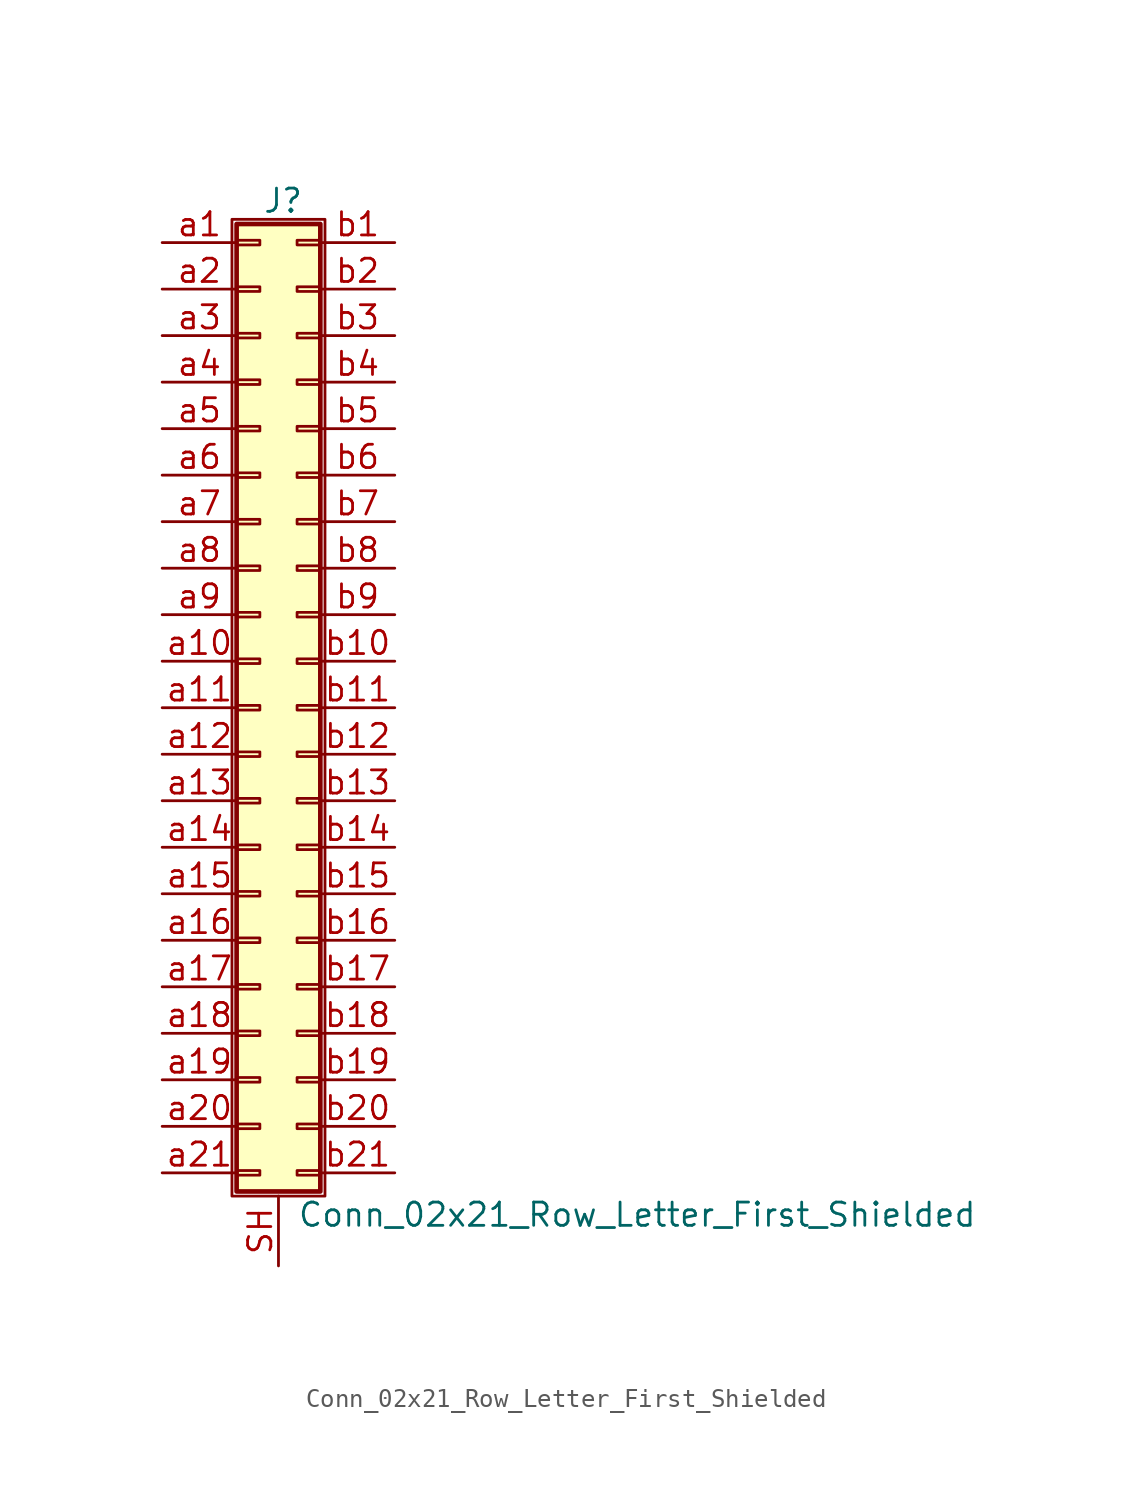
<source format=kicad_sym>
(kicad_symbol_lib
  (version 20201005)
  (generator kicad_symbol_editor)
  (symbol "Conn_02x21_Row_Letter_First_Shielded"
    (pin_names
      (offset 1.016) hide)
    (property "Reference" "J"
      (at 1.524 27.686 0)
      (effects (font (size 1.27 1.27))))
    (property "Value" "Conn_02x21_Row_Letter_First_Shielded"
      (at 2.286 -27.686 0)
      (effects (font (size 1.27 1.27)) (justify left)))
    (symbol "Conn_02x21_Row_Letter_First_Shielded_1_1"
      (rectangle (start -1.27 26.67) (end 3.81 -26.67) (stroke (width 0.152)) (fill (type none)))
      (rectangle (start -1.016 -25.273) (end 0.254 -25.527) (stroke (width 0.152)) (fill (type none)))
      (rectangle (start -1.016 -22.733) (end 0.254 -22.987) (stroke (width 0.152)) (fill (type none)))
      (rectangle (start -1.016 -20.193) (end 0.254 -20.447) (stroke (width 0.152)) (fill (type none)))
      (rectangle (start -1.016 -17.653) (end 0.254 -17.907) (stroke (width 0.152)) (fill (type none)))
      (rectangle (start -1.016 -15.113) (end 0.254 -15.367) (stroke (width 0.152)) (fill (type none)))
      (rectangle (start -1.016 -12.573) (end 0.254 -12.827) (stroke (width 0.152)) (fill (type none)))
      (rectangle (start -1.016 -10.033) (end 0.254 -10.287) (stroke (width 0.152)) (fill (type none)))
      (rectangle (start -1.016 -7.493) (end 0.254 -7.747) (stroke (width 0.152)) (fill (type none)))
      (rectangle (start -1.016 -4.953) (end 0.254 -5.207) (stroke (width 0.152)) (fill (type none)))
      (rectangle (start -1.016 -2.413) (end 0.254 -2.667) (stroke (width 0.152)) (fill (type none)))
      (rectangle (start -1.016 0.127) (end 0.254 -0.127) (stroke (width 0.152)) (fill (type none)))
      (rectangle (start -1.016 2.667) (end 0.254 2.413) (stroke (width 0.152)) (fill (type none)))
      (rectangle (start -1.016 5.207) (end 0.254 4.953) (stroke (width 0.152)) (fill (type none)))
      (rectangle (start -1.016 7.747) (end 0.254 7.493) (stroke (width 0.152)) (fill (type none)))
      (rectangle (start -1.016 10.287) (end 0.254 10.033) (stroke (width 0.152)) (fill (type none)))
      (rectangle (start -1.016 12.827) (end 0.254 12.573) (stroke (width 0.152)) (fill (type none)))
      (rectangle (start -1.016 15.367) (end 0.254 15.113) (stroke (width 0.152)) (fill (type none)))
      (rectangle (start -1.016 17.907) (end 0.254 17.653) (stroke (width 0.152)) (fill (type none)))
      (rectangle (start -1.016 20.447) (end 0.254 20.193) (stroke (width 0.152)) (fill (type none)))
      (rectangle (start -1.016 22.987) (end 0.254 22.733) (stroke (width 0.152)) (fill (type none)))
      (rectangle (start -1.016 25.527) (end 0.254 25.273) (stroke (width 0.152)) (fill (type none)))
      (rectangle (start 3.556 -25.273) (end 2.286 -25.527) (stroke (width 0.152)) (fill (type none)))
      (rectangle (start 3.556 -22.733) (end 2.286 -22.987) (stroke (width 0.152)) (fill (type none)))
      (rectangle (start 3.556 -20.193) (end 2.286 -20.447) (stroke (width 0.152)) (fill (type none)))
      (rectangle (start 3.556 -17.653) (end 2.286 -17.907) (stroke (width 0.152)) (fill (type none)))
      (rectangle (start 3.556 -15.113) (end 2.286 -15.367) (stroke (width 0.152)) (fill (type none)))
      (rectangle (start 3.556 -12.573) (end 2.286 -12.827) (stroke (width 0.152)) (fill (type none)))
      (rectangle (start 3.556 -10.033) (end 2.286 -10.287) (stroke (width 0.152)) (fill (type none)))
      (rectangle (start 3.556 -7.493) (end 2.286 -7.747) (stroke (width 0.152)) (fill (type none)))
      (rectangle (start 3.556 -4.953) (end 2.286 -5.207) (stroke (width 0.152)) (fill (type none)))
      (rectangle (start 3.556 -2.413) (end 2.286 -2.667) (stroke (width 0.152)) (fill (type none)))
      (rectangle (start 3.556 0.127) (end 2.286 -0.127) (stroke (width 0.152)) (fill (type none)))
      (rectangle (start 3.556 2.667) (end 2.286 2.413) (stroke (width 0.152)) (fill (type none)))
      (rectangle (start 3.556 5.207) (end 2.286 4.953) (stroke (width 0.152)) (fill (type none)))
      (rectangle (start 3.556 7.747) (end 2.286 7.493) (stroke (width 0.152)) (fill (type none)))
      (rectangle (start 3.556 10.287) (end 2.286 10.033) (stroke (width 0.152)) (fill (type none)))
      (rectangle (start 3.556 12.827) (end 2.286 12.573) (stroke (width 0.152)) (fill (type none)))
      (rectangle (start 3.556 15.367) (end 2.286 15.113) (stroke (width 0.152)) (fill (type none)))
      (rectangle (start 3.556 17.907) (end 2.286 17.653) (stroke (width 0.152)) (fill (type none)))
      (rectangle (start 3.556 20.447) (end 2.286 20.193) (stroke (width 0.152)) (fill (type none)))
      (rectangle (start 3.556 22.987) (end 2.286 22.733) (stroke (width 0.152)) (fill (type none)))
      (rectangle (start 3.556 25.527) (end 2.286 25.273) (stroke (width 0.152)) (fill (type none)))
      (rectangle (start -1.016 26.416) (end 3.556 -26.416) (stroke (width 0.254)) (fill (type background)))
      (pin passive line (at 1.27 -30.48 90) (length 3.81) (name "Shield" (effects (font (size 1.27 1.27)))) (number "SH" (effects (font (size 1.27 1.27)))))
      (pin passive line (at -5.08 25.4 0) (length 4.064) (name "Pin_a1" (effects (font (size 1.27 1.27)))) (number "a1" (effects (font (size 1.27 1.27)))))
      (pin passive line (at -5.08 2.54 0) (length 4.064) (name "Pin_a10" (effects (font (size 1.27 1.27)))) (number "a10" (effects (font (size 1.27 1.27)))))
      (pin passive line (at -5.08 0 0) (length 4.064) (name "Pin_a11" (effects (font (size 1.27 1.27)))) (number "a11" (effects (font (size 1.27 1.27)))))
      (pin passive line (at -5.08 -2.54 0) (length 4.064) (name "Pin_a12" (effects (font (size 1.27 1.27)))) (number "a12" (effects (font (size 1.27 1.27)))))
      (pin passive line (at -5.08 -5.08 0) (length 4.064) (name "Pin_a13" (effects (font (size 1.27 1.27)))) (number "a13" (effects (font (size 1.27 1.27)))))
      (pin passive line (at -5.08 -7.62 0) (length 4.064) (name "Pin_a14" (effects (font (size 1.27 1.27)))) (number "a14" (effects (font (size 1.27 1.27)))))
      (pin passive line (at -5.08 -10.16 0) (length 4.064) (name "Pin_a15" (effects (font (size 1.27 1.27)))) (number "a15" (effects (font (size 1.27 1.27)))))
      (pin passive line (at -5.08 -12.7 0) (length 4.064) (name "Pin_a16" (effects (font (size 1.27 1.27)))) (number "a16" (effects (font (size 1.27 1.27)))))
      (pin passive line (at -5.08 -15.24 0) (length 4.064) (name "Pin_a17" (effects (font (size 1.27 1.27)))) (number "a17" (effects (font (size 1.27 1.27)))))
      (pin passive line (at -5.08 -17.78 0) (length 4.064) (name "Pin_a18" (effects (font (size 1.27 1.27)))) (number "a18" (effects (font (size 1.27 1.27)))))
      (pin passive line (at -5.08 -20.32 0) (length 4.064) (name "Pin_a19" (effects (font (size 1.27 1.27)))) (number "a19" (effects (font (size 1.27 1.27)))))
      (pin passive line (at -5.08 22.86 0) (length 4.064) (name "Pin_a2" (effects (font (size 1.27 1.27)))) (number "a2" (effects (font (size 1.27 1.27)))))
      (pin passive line (at -5.08 -22.86 0) (length 4.064) (name "Pin_a20" (effects (font (size 1.27 1.27)))) (number "a20" (effects (font (size 1.27 1.27)))))
      (pin passive line (at -5.08 -25.4 0) (length 4.064) (name "Pin_a21" (effects (font (size 1.27 1.27)))) (number "a21" (effects (font (size 1.27 1.27)))))
      (pin passive line (at -5.08 20.32 0) (length 4.064) (name "Pin_a3" (effects (font (size 1.27 1.27)))) (number "a3" (effects (font (size 1.27 1.27)))))
      (pin passive line (at -5.08 17.78 0) (length 4.064) (name "Pin_a4" (effects (font (size 1.27 1.27)))) (number "a4" (effects (font (size 1.27 1.27)))))
      (pin passive line (at -5.08 15.24 0) (length 4.064) (name "Pin_a5" (effects (font (size 1.27 1.27)))) (number "a5" (effects (font (size 1.27 1.27)))))
      (pin passive line (at -5.08 12.7 0) (length 4.064) (name "Pin_a6" (effects (font (size 1.27 1.27)))) (number "a6" (effects (font (size 1.27 1.27)))))
      (pin passive line (at -5.08 10.16 0) (length 4.064) (name "Pin_a7" (effects (font (size 1.27 1.27)))) (number "a7" (effects (font (size 1.27 1.27)))))
      (pin passive line (at -5.08 7.62 0) (length 4.064) (name "Pin_a8" (effects (font (size 1.27 1.27)))) (number "a8" (effects (font (size 1.27 1.27)))))
      (pin passive line (at -5.08 5.08 0) (length 4.064) (name "Pin_a9" (effects (font (size 1.27 1.27)))) (number "a9" (effects (font (size 1.27 1.27)))))
      (pin passive line (at 7.62 25.4 180) (length 4.064) (name "Pin_b1" (effects (font (size 1.27 1.27)))) (number "b1" (effects (font (size 1.27 1.27)))))
      (pin passive line (at 7.62 2.54 180) (length 4.064) (name "Pin_b10" (effects (font (size 1.27 1.27)))) (number "b10" (effects (font (size 1.27 1.27)))))
      (pin passive line (at 7.62 0 180) (length 4.064) (name "Pin_b11" (effects (font (size 1.27 1.27)))) (number "b11" (effects (font (size 1.27 1.27)))))
      (pin passive line (at 7.62 -2.54 180) (length 4.064) (name "Pin_b12" (effects (font (size 1.27 1.27)))) (number "b12" (effects (font (size 1.27 1.27)))))
      (pin passive line (at 7.62 -5.08 180) (length 4.064) (name "Pin_b13" (effects (font (size 1.27 1.27)))) (number "b13" (effects (font (size 1.27 1.27)))))
      (pin passive line (at 7.62 -7.62 180) (length 4.064) (name "Pin_b14" (effects (font (size 1.27 1.27)))) (number "b14" (effects (font (size 1.27 1.27)))))
      (pin passive line (at 7.62 -10.16 180) (length 4.064) (name "Pin_b15" (effects (font (size 1.27 1.27)))) (number "b15" (effects (font (size 1.27 1.27)))))
      (pin passive line (at 7.62 -12.7 180) (length 4.064) (name "Pin_b16" (effects (font (size 1.27 1.27)))) (number "b16" (effects (font (size 1.27 1.27)))))
      (pin passive line (at 7.62 -15.24 180) (length 4.064) (name "Pin_b17" (effects (font (size 1.27 1.27)))) (number "b17" (effects (font (size 1.27 1.27)))))
      (pin passive line (at 7.62 -17.78 180) (length 4.064) (name "Pin_b18" (effects (font (size 1.27 1.27)))) (number "b18" (effects (font (size 1.27 1.27)))))
      (pin passive line (at 7.62 -20.32 180) (length 4.064) (name "Pin_b19" (effects (font (size 1.27 1.27)))) (number "b19" (effects (font (size 1.27 1.27)))))
      (pin passive line (at 7.62 22.86 180) (length 4.064) (name "Pin_b2" (effects (font (size 1.27 1.27)))) (number "b2" (effects (font (size 1.27 1.27)))))
      (pin passive line (at 7.62 -22.86 180) (length 4.064) (name "Pin_b20" (effects (font (size 1.27 1.27)))) (number "b20" (effects (font (size 1.27 1.27)))))
      (pin passive line (at 7.62 -25.4 180) (length 4.064) (name "Pin_b21" (effects (font (size 1.27 1.27)))) (number "b21" (effects (font (size 1.27 1.27)))))
      (pin passive line (at 7.62 20.32 180) (length 4.064) (name "Pin_b3" (effects (font (size 1.27 1.27)))) (number "b3" (effects (font (size 1.27 1.27)))))
      (pin passive line (at 7.62 17.78 180) (length 4.064) (name "Pin_b4" (effects (font (size 1.27 1.27)))) (number "b4" (effects (font (size 1.27 1.27)))))
      (pin passive line (at 7.62 15.24 180) (length 4.064) (name "Pin_b5" (effects (font (size 1.27 1.27)))) (number "b5" (effects (font (size 1.27 1.27)))))
      (pin passive line (at 7.62 12.7 180) (length 4.064) (name "Pin_b6" (effects (font (size 1.27 1.27)))) (number "b6" (effects (font (size 1.27 1.27)))))
      (pin passive line (at 7.62 10.16 180) (length 4.064) (name "Pin_b7" (effects (font (size 1.27 1.27)))) (number "b7" (effects (font (size 1.27 1.27)))))
      (pin passive line (at 7.62 7.62 180) (length 4.064) (name "Pin_b8" (effects (font (size 1.27 1.27)))) (number "b8" (effects (font (size 1.27 1.27)))))
      (pin passive line (at 7.62 5.08 180) (length 4.064) (name "Pin_b9" (effects (font (size 1.27 1.27)))) (number "b9" (effects (font (size 1.27 1.27))))))))
</source>
